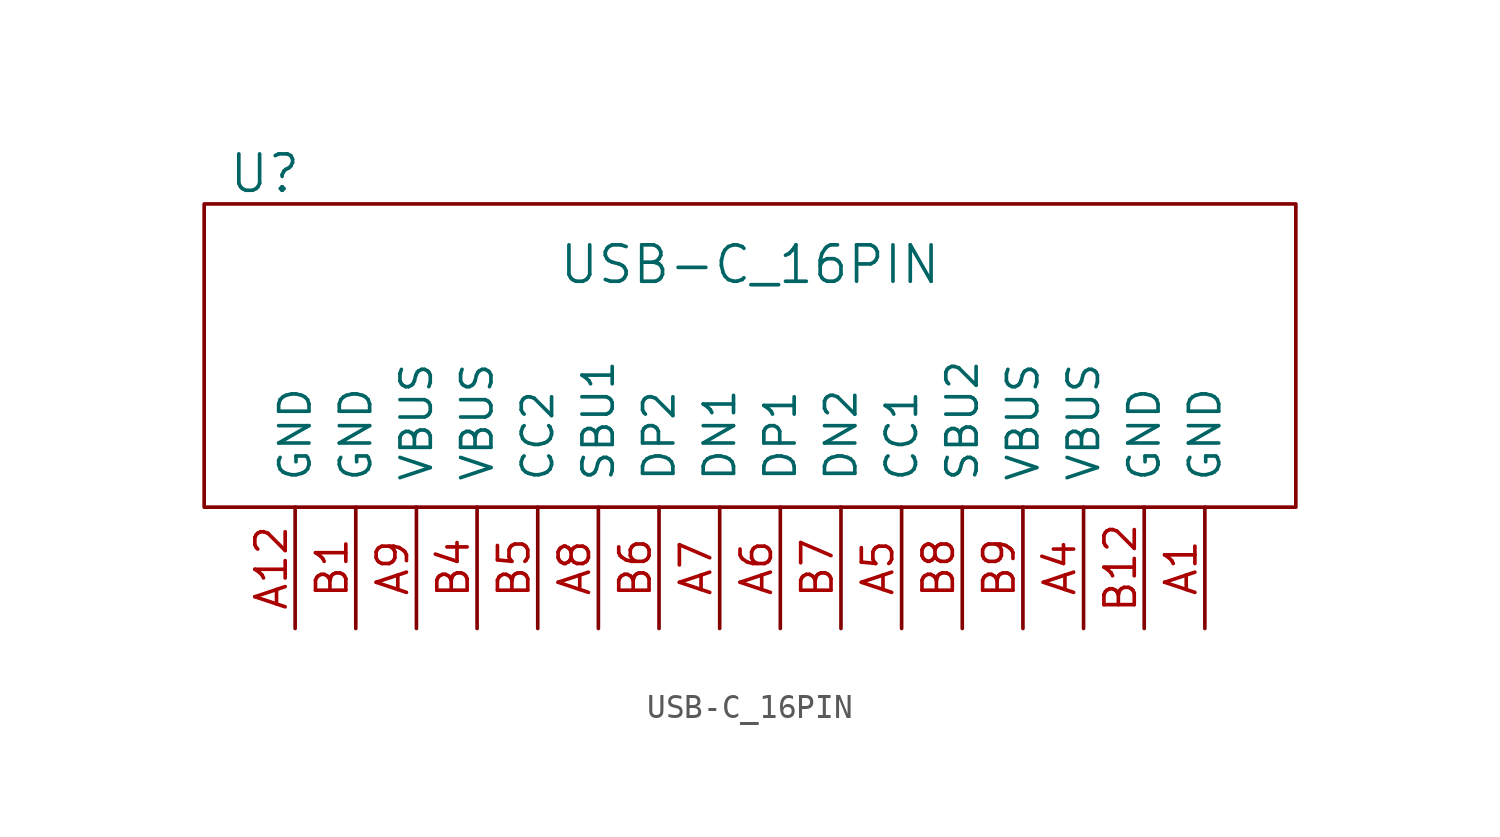
<source format=kicad_sym>
(kicad_symbol_lib
  (version 20220914)
  (generator kicad_symbol_editor)
  (symbol "USB-C_16PIN"
    (pin_names
      (offset 1.016))
    (property "Reference" "U"
      (at -20.32 7.62 0)
      (effects (font (size 1.524 1.524))))
    (property "Value" "USB-C_16PIN"
      (at 0 3.81 0)
      (effects (font (size 1.524 1.524))))
    (property "Footprint" ""
      (at 0 0 0)
      (effects (font (size 1.524 1.524))))
    (property "Datasheet" ""
      (at 0 0 0)
      (effects (font (size 1.524 1.524))))
    (symbol "USB-C_16PIN_0_1"
      (rectangle (start -22.86 6.35) (end 22.86 -6.35) (stroke (width 0) (type solid)) (fill (type none))))
    (symbol "USB-C_16PIN_1_1"
      (pin input line (at 19.05 -11.43 90) (length 5.08) (name "GND" (effects (font (size 1.27 1.27)))) (number "A1" (effects (font (size 1.27 1.27)))))
      (pin input line (at -19.05 -11.43 90) (length 5.08) (name "GND" (effects (font (size 1.27 1.27)))) (number "A12" (effects (font (size 1.27 1.27)))))
      (pin input line (at 13.97 -11.43 90) (length 5.08) (name "VBUS" (effects (font (size 1.27 1.27)))) (number "A4" (effects (font (size 1.27 1.27)))))
      (pin input line (at 6.35 -11.43 90) (length 5.08) (name "CC1" (effects (font (size 1.27 1.27)))) (number "A5" (effects (font (size 1.27 1.27)))))
      (pin input line (at 1.27 -11.43 90) (length 5.08) (name "DP1" (effects (font (size 1.27 1.27)))) (number "A6" (effects (font (size 1.27 1.27)))))
      (pin input line (at -1.27 -11.43 90) (length 5.08) (name "DN1" (effects (font (size 1.27 1.27)))) (number "A7" (effects (font (size 1.27 1.27)))))
      (pin input line (at -6.35 -11.43 90) (length 5.08) (name "SBU1" (effects (font (size 1.27 1.27)))) (number "A8" (effects (font (size 1.27 1.27)))))
      (pin input line (at -13.97 -11.43 90) (length 5.08) (name "VBUS" (effects (font (size 1.27 1.27)))) (number "A9" (effects (font (size 1.27 1.27)))))
      (pin input line (at -16.51 -11.43 90) (length 5.08) (name "GND" (effects (font (size 1.27 1.27)))) (number "B1" (effects (font (size 1.27 1.27)))))
      (pin input line (at 16.51 -11.43 90) (length 5.08) (name "GND" (effects (font (size 1.27 1.27)))) (number "B12" (effects (font (size 1.27 1.27)))))
      (pin input line (at -11.43 -11.43 90) (length 5.08) (name "VBUS" (effects (font (size 1.27 1.27)))) (number "B4" (effects (font (size 1.27 1.27)))))
      (pin input line (at -8.89 -11.43 90) (length 5.08) (name "CC2" (effects (font (size 1.27 1.27)))) (number "B5" (effects (font (size 1.27 1.27)))))
      (pin input line (at -3.81 -11.43 90) (length 5.08) (name "DP2" (effects (font (size 1.27 1.27)))) (number "B6" (effects (font (size 1.27 1.27)))))
      (pin input line (at 3.81 -11.43 90) (length 5.08) (name "DN2" (effects (font (size 1.27 1.27)))) (number "B7" (effects (font (size 1.27 1.27)))))
      (pin input line (at 8.89 -11.43 90) (length 5.08) (name "SBU2" (effects (font (size 1.27 1.27)))) (number "B8" (effects (font (size 1.27 1.27)))))
      (pin input line (at 11.43 -11.43 90) (length 5.08) (name "VBUS" (effects (font (size 1.27 1.27)))) (number "B9" (effects (font (size 1.27 1.27))))))))
</source>
